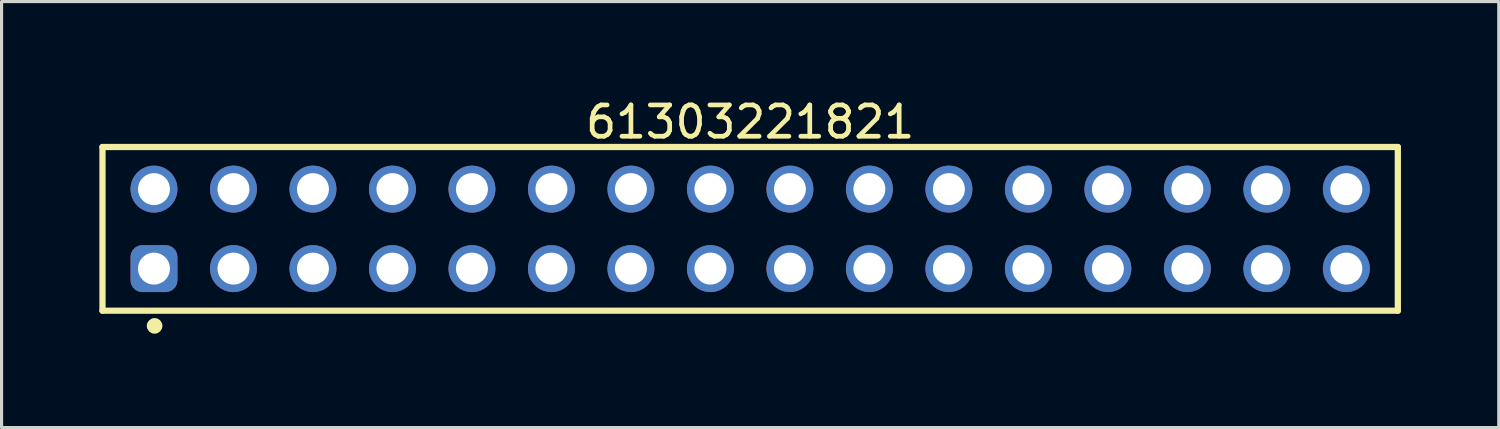
<source format=kicad_pcb>
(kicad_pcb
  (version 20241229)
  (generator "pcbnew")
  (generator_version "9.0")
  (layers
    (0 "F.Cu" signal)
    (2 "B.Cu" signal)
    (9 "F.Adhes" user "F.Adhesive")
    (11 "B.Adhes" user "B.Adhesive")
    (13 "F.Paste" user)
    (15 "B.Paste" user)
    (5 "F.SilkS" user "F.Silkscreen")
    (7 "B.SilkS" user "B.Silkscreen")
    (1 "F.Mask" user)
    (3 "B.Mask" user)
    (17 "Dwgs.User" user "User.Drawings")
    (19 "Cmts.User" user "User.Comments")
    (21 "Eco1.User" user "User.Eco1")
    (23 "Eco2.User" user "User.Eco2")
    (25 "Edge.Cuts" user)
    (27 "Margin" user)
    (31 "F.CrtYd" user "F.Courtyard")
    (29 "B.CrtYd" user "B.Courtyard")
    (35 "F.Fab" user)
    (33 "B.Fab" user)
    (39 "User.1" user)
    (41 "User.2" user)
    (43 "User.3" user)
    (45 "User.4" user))
  (footprint "61303221821"
    (layer "F.Cu")
    (at 20.92 4.263)
    (property "Reference" "61303221821" (at 0 -3.415 0) (layer "F.SilkS") (effects (font (size 1 1) (thickness 0.15))))
    (fp_line (start -20.695 -2.615) (end 20.695 -2.615) (stroke (width 0.2) (type solid)) (layer "F.SilkS"))
    (fp_line (start -20.695 2.615) (end -20.695 -2.615) (stroke (width 0.2) (type solid)) (layer "F.SilkS"))
    (fp_line (start -20.695 2.615) (end 20.695 2.615) (stroke (width 0.2) (type solid)) (layer "F.SilkS"))
    (fp_line (start 20.695 2.615) (end 20.695 -2.615) (stroke (width 0.2) (type solid)) (layer "F.SilkS"))
    (fp_circle (center -19.03 3.1) (end -19.03 2.975) (stroke (width 0.25) (type solid)) (fill no) (layer "F.SilkS"))
    (fp_line (start -20.895 -2.815) (end 20.895 -2.815) (stroke (width 0.05) (type solid)) (layer "Eco2.User"))
    (fp_line (start -20.895 2.815) (end -20.895 -2.815) (stroke (width 0.05) (type solid)) (layer "Eco2.User"))
    (fp_line (start -20.895 2.815) (end 20.895 2.815) (stroke (width 0.05) (type solid)) (layer "Eco2.User"))
    (fp_line (start -20.57 -2.54) (end 20.57 -2.54) (stroke (width 0.1) (type solid)) (layer "Eco2.User"))
    (fp_line (start -20.57 2.54) (end -20.57 -2.54) (stroke (width 0.1) (type solid)) (layer "Eco2.User"))
    (fp_line (start -20.57 2.54) (end 20.57 2.54) (stroke (width 0.1) (type solid)) (layer "Eco2.User"))
    (fp_line (start -0.5 0) (end 0.5 0) (stroke (width 0.05) (type solid)) (layer "Eco2.User"))
    (fp_line (start 0 0.5) (end 0 -0.5) (stroke (width 0.05) (type solid)) (layer "Eco2.User"))
    (fp_line (start 20.57 2.54) (end 20.57 -2.54) (stroke (width 0.1) (type solid)) (layer "Eco2.User"))
    (fp_line (start 20.895 2.815) (end 20.895 -2.815) (stroke (width 0.05) (type solid)) (layer "Eco2.User"))
    (fp_text user "${REFERENCE}" (at 0.15 -0.197 0) (unlocked yes) (layer "User.3") (effects (font (size 1.5 1.5) (thickness 0.15))))
    (pad "1" thru_hole roundrect (at -19.05 1.27) (size 1.5 1.5) (drill 1.02) (layers "*.Cu" "*.Mask") (roundrect_rratio 0.25))
    (pad "2" thru_hole circle (at -19.05 -1.27) (size 1.5 1.5) (drill 1.02) (layers "*.Cu" "*.Mask"))
    (pad "3" thru_hole circle (at -16.51 1.27) (size 1.5 1.5) (drill 1.02) (layers "*.Cu" "*.Mask"))
    (pad "4" thru_hole circle (at -16.51 -1.27) (size 1.5 1.5) (drill 1.02) (layers "*.Cu" "*.Mask"))
    (pad "5" thru_hole circle (at -13.97 1.27) (size 1.5 1.5) (drill 1.02) (layers "*.Cu" "*.Mask"))
    (pad "6" thru_hole circle (at -13.97 -1.27) (size 1.5 1.5) (drill 1.02) (layers "*.Cu" "*.Mask"))
    (pad "7" thru_hole circle (at -11.43 1.27) (size 1.5 1.5) (drill 1.02) (layers "*.Cu" "*.Mask"))
    (pad "8" thru_hole circle (at -11.43 -1.27) (size 1.5 1.5) (drill 1.02) (layers "*.Cu" "*.Mask"))
    (pad "9" thru_hole circle (at -8.89 1.27) (size 1.5 1.5) (drill 1.02) (layers "*.Cu" "*.Mask"))
    (pad "10" thru_hole circle (at -8.89 -1.27) (size 1.5 1.5) (drill 1.02) (layers "*.Cu" "*.Mask"))
    (pad "11" thru_hole circle (at -6.35 1.27) (size 1.5 1.5) (drill 1.02) (layers "*.Cu" "*.Mask"))
    (pad "12" thru_hole circle (at -6.35 -1.27) (size 1.5 1.5) (drill 1.02) (layers "*.Cu" "*.Mask"))
    (pad "13" thru_hole circle (at -3.81 1.27) (size 1.5 1.5) (drill 1.02) (layers "*.Cu" "*.Mask"))
    (pad "14" thru_hole circle (at -3.81 -1.27) (size 1.5 1.5) (drill 1.02) (layers "*.Cu" "*.Mask"))
    (pad "15" thru_hole circle (at -1.27 1.27) (size 1.5 1.5) (drill 1.02) (layers "*.Cu" "*.Mask"))
    (pad "16" thru_hole circle (at -1.27 -1.27) (size 1.5 1.5) (drill 1.02) (layers "*.Cu" "*.Mask"))
    (pad "17" thru_hole circle (at 1.27 1.27) (size 1.5 1.5) (drill 1.02) (layers "*.Cu" "*.Mask"))
    (pad "18" thru_hole circle (at 1.27 -1.27) (size 1.5 1.5) (drill 1.02) (layers "*.Cu" "*.Mask"))
    (pad "19" thru_hole circle (at 3.81 1.27) (size 1.5 1.5) (drill 1.02) (layers "*.Cu" "*.Mask"))
    (pad "20" thru_hole circle (at 3.81 -1.27) (size 1.5 1.5) (drill 1.02) (layers "*.Cu" "*.Mask"))
    (pad "21" thru_hole circle (at 6.35 1.27) (size 1.5 1.5) (drill 1.02) (layers "*.Cu" "*.Mask"))
    (pad "22" thru_hole circle (at 6.35 -1.27) (size 1.5 1.5) (drill 1.02) (layers "*.Cu" "*.Mask"))
    (pad "23" thru_hole circle (at 8.89 1.27) (size 1.5 1.5) (drill 1.02) (layers "*.Cu" "*.Mask"))
    (pad "24" thru_hole circle (at 8.89 -1.27) (size 1.5 1.5) (drill 1.02) (layers "*.Cu" "*.Mask"))
    (pad "25" thru_hole circle (at 11.43 1.27) (size 1.5 1.5) (drill 1.02) (layers "*.Cu" "*.Mask"))
    (pad "26" thru_hole circle (at 11.43 -1.27) (size 1.5 1.5) (drill 1.02) (layers "*.Cu" "*.Mask"))
    (pad "27" thru_hole circle (at 13.97 1.27) (size 1.5 1.5) (drill 1.02) (layers "*.Cu" "*.Mask"))
    (pad "28" thru_hole circle (at 13.97 -1.27) (size 1.5 1.5) (drill 1.02) (layers "*.Cu" "*.Mask"))
    (pad "29" thru_hole circle (at 16.51 1.27) (size 1.5 1.5) (drill 1.02) (layers "*.Cu" "*.Mask"))
    (pad "30" thru_hole circle (at 16.51 -1.27) (size 1.5 1.5) (drill 1.02) (layers "*.Cu" "*.Mask"))
    (pad "31" thru_hole circle (at 19.05 1.27) (size 1.5 1.5) (drill 1.02) (layers "*.Cu" "*.Mask"))
    (pad "32" thru_hole circle (at 19.05 -1.27) (size 1.5 1.5) (drill 1.02) (layers "*.Cu" "*.Mask")))
  (gr_rect
    (start -3 -3)
    (end 44.84 10.613)
    (stroke (width 0.1) (type default))
    (fill no)
    (layer "Edge.Cuts")))
</source>
